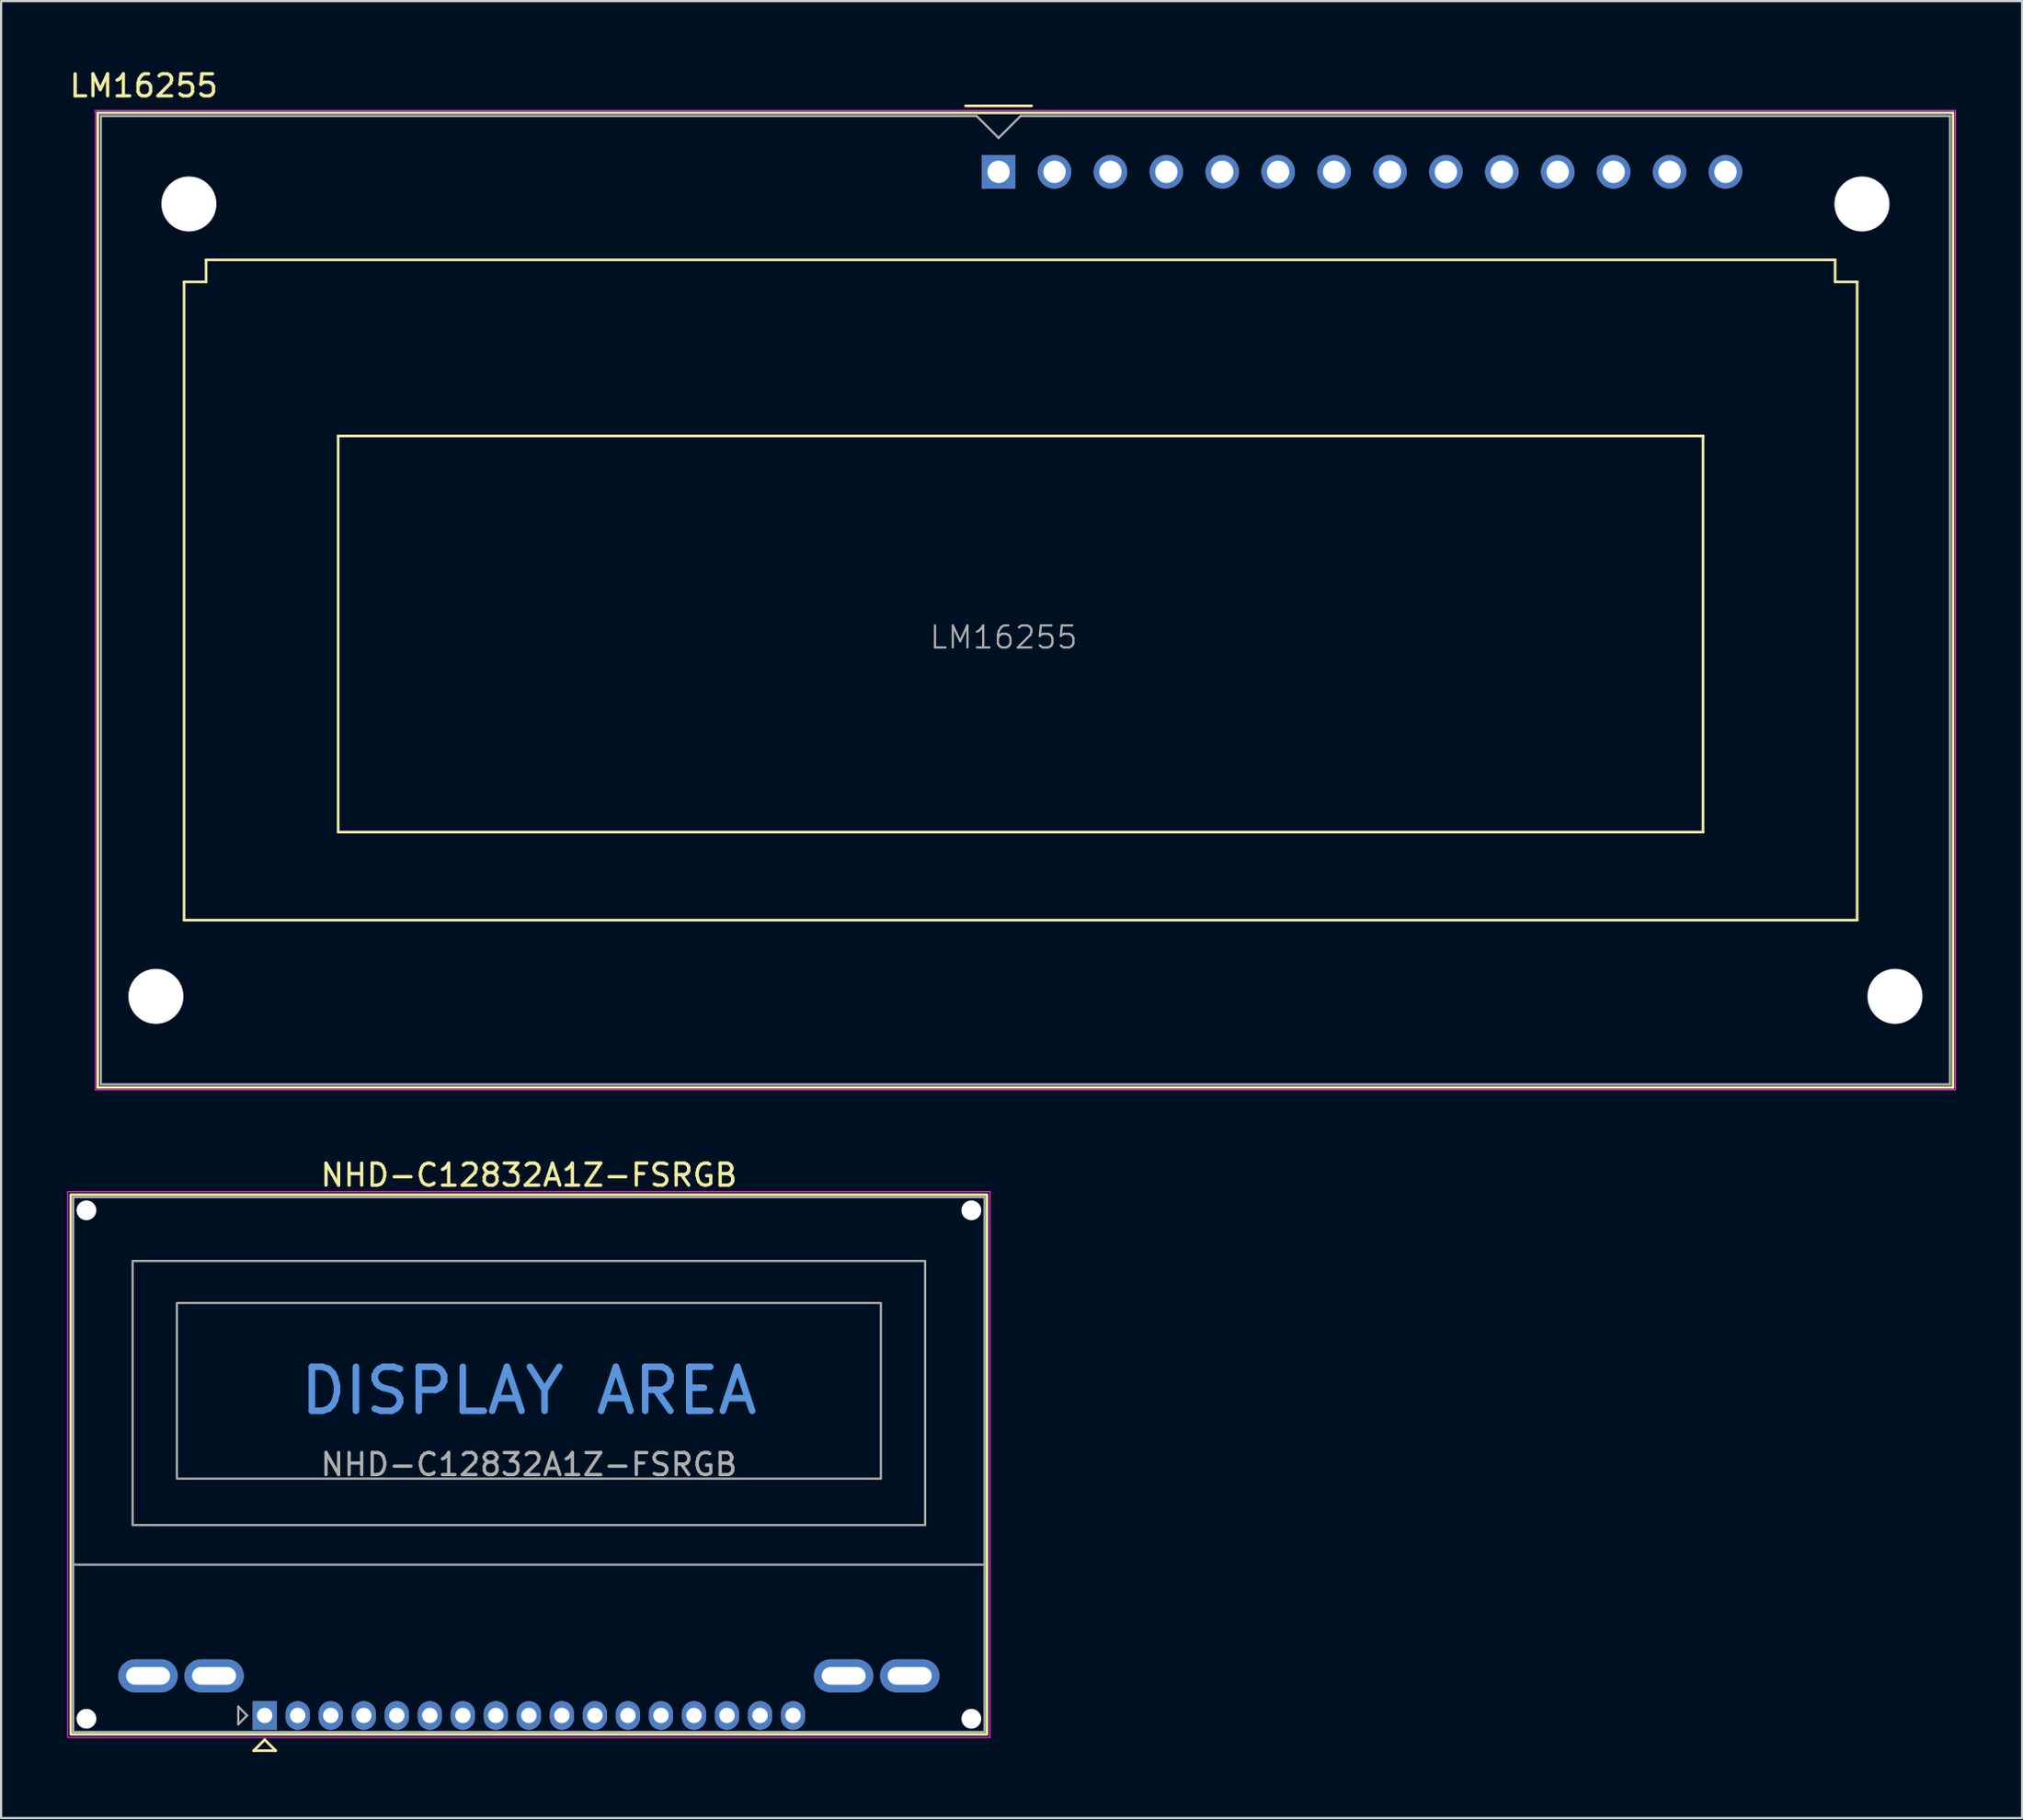
<source format=kicad_pcb>
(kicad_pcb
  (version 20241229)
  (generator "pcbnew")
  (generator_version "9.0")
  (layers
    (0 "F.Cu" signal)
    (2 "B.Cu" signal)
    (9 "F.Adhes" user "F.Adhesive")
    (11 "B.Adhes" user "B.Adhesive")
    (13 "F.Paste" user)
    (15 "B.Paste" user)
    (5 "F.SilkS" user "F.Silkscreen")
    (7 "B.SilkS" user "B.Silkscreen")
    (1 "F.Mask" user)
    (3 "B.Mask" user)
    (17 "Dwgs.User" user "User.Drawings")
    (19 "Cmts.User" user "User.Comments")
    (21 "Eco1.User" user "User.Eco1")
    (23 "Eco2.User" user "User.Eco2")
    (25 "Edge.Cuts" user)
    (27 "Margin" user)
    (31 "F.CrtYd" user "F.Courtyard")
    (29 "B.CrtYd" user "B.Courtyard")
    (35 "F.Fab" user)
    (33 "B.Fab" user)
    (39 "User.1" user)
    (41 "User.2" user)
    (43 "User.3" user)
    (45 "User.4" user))
  (footprint "LM16255"
    (layer "F.Cu")
    (at 42.312 4.758)
    (property "Reference" "LM16255" (at -38.83 -3.91 0) (layer "F.SilkS") (effects (font (size 1 1) (thickness 0.15))))
    (attr through_hole)
    (fp_line (start -40.92 -2.68) (end 43.36 -2.68) (stroke (width 0.12) (type solid)) (layer "F.SilkS"))
    (fp_line (start -40.92 41.6) (end -40.92 -2.68) (stroke (width 0.12) (type solid)) (layer "F.SilkS"))
    (fp_line (start -37 5) (end -36 5) (stroke (width 0.12) (type solid)) (layer "F.SilkS"))
    (fp_line (start -37 34) (end -37 5) (stroke (width 0.12) (type solid)) (layer "F.SilkS"))
    (fp_line (start -36 4) (end 38 4) (stroke (width 0.12) (type solid)) (layer "F.SilkS"))
    (fp_line (start -36 5) (end -36 4) (stroke (width 0.12) (type solid)) (layer "F.SilkS"))
    (fp_line (start -30 12) (end 32 12) (stroke (width 0.12) (type solid)) (layer "F.SilkS"))
    (fp_line (start -30 30) (end -30 12) (stroke (width 0.12) (type solid)) (layer "F.SilkS"))
    (fp_line (start -1.5 -3) (end 1.5 -3) (stroke (width 0.12) (type solid)) (layer "F.SilkS"))
    (fp_line (start 32 12) (end 32 30) (stroke (width 0.12) (type solid)) (layer "F.SilkS"))
    (fp_line (start 32 30) (end -30 30) (stroke (width 0.12) (type solid)) (layer "F.SilkS"))
    (fp_line (start 38 4) (end 38 5) (stroke (width 0.12) (type solid)) (layer "F.SilkS"))
    (fp_line (start 38 5) (end 39 5) (stroke (width 0.12) (type solid)) (layer "F.SilkS"))
    (fp_line (start 39 5) (end 39 34) (stroke (width 0.12) (type solid)) (layer "F.SilkS"))
    (fp_line (start 39 34) (end -37 34) (stroke (width 0.12) (type solid)) (layer "F.SilkS"))
    (fp_line (start 43.36 -2.68) (end 43.36 41.6) (stroke (width 0.12) (type solid)) (layer "F.SilkS"))
    (fp_line (start 43.36 41.6) (end -40.92 41.6) (stroke (width 0.12) (type solid)) (layer "F.SilkS"))
    (fp_line (start -41.03 -2.79) (end 43.47 -2.79) (stroke (width 0.05) (type solid)) (layer "F.CrtYd"))
    (fp_line (start -41.03 41.71) (end -41.03 -2.79) (stroke (width 0.05) (type solid)) (layer "F.CrtYd"))
    (fp_line (start 43.47 -2.79) (end 43.47 41.71) (stroke (width 0.05) (type solid)) (layer "F.CrtYd"))
    (fp_line (start 43.47 41.71) (end -41.03 41.71) (stroke (width 0.05) (type solid)) (layer "F.CrtYd"))
    (fp_line (start -40.78 -2.54) (end -40.78 41.46) (stroke (width 0.1) (type solid)) (layer "F.Fab"))
    (fp_line (start -40.78 41.46) (end 43.22 41.46) (stroke (width 0.1) (type solid)) (layer "F.Fab"))
    (fp_line (start -1 -2.54) (end -40.78 -2.54) (stroke (width 0.1) (type solid)) (layer "F.Fab"))
    (fp_line (start 0 -1.54) (end -1 -2.54) (stroke (width 0.1) (type solid)) (layer "F.Fab"))
    (fp_line (start 1 -2.54) (end 0 -1.54) (stroke (width 0.1) (type solid)) (layer "F.Fab"))
    (fp_line (start 1 -2.54) (end 43.22 -2.54) (stroke (width 0.1) (type solid)) (layer "F.Fab"))
    (fp_line (start 43.22 -2.54) (end 43.22 41.46) (stroke (width 0.1) (type solid)) (layer "F.Fab"))
    (fp_text user "${REFERENCE}" (at 0.23 21.15 0) (layer "F.Fab") (effects (font (size 1 1) (thickness 0.1))))
    (pad "" np_thru_hole circle (at -38.28 37.46 180) (size 2.5 2.5) (drill 2.5) (layers "*.Cu" "*.Mask"))
    (pad "" np_thru_hole circle (at -36.78 1.46 180) (size 2.5 2.5) (drill 2.5) (layers "*.Cu" "*.Mask"))
    (pad "" np_thru_hole circle (at 39.22 1.46 180) (size 2.5 2.5) (drill 2.5) (layers "*.Cu" "*.Mask"))
    (pad "" np_thru_hole circle (at 40.72 37.46 180) (size 2.5 2.5) (drill 2.5) (layers "*.Cu" "*.Mask"))
    (pad "1" thru_hole rect (at 0 0 180) (size 1.524 1.524) (drill 1.016) (layers "*.Cu" "*.Mask"))
    (pad "2" thru_hole circle (at 2.54 0 180) (size 1.524 1.524) (drill 1.016) (layers "*.Cu" "*.Mask"))
    (pad "3" thru_hole circle (at 5.08 0 180) (size 1.524 1.524) (drill 1.016) (layers "*.Cu" "*.Mask"))
    (pad "4" thru_hole circle (at 7.62 0 180) (size 1.524 1.524) (drill 1.016) (layers "*.Cu" "*.Mask"))
    (pad "5" thru_hole circle (at 10.16 0 180) (size 1.524 1.524) (drill 1.016) (layers "*.Cu" "*.Mask"))
    (pad "6" thru_hole circle (at 12.7 0 180) (size 1.524 1.524) (drill 1.016) (layers "*.Cu" "*.Mask"))
    (pad "7" thru_hole circle (at 15.24 0 180) (size 1.524 1.524) (drill 1.016) (layers "*.Cu" "*.Mask"))
    (pad "8" thru_hole circle (at 17.78 0 180) (size 1.524 1.524) (drill 1.016) (layers "*.Cu" "*.Mask"))
    (pad "9" thru_hole circle (at 20.32 0 180) (size 1.524 1.524) (drill 1.016) (layers "*.Cu" "*.Mask"))
    (pad "10" thru_hole circle (at 22.86 0 180) (size 1.524 1.524) (drill 1.016) (layers "*.Cu" "*.Mask"))
    (pad "11" thru_hole circle (at 25.4 0 180) (size 1.524 1.524) (drill 1.016) (layers "*.Cu" "*.Mask"))
    (pad "12" thru_hole circle (at 27.94 0 180) (size 1.524 1.524) (drill 1.016) (layers "*.Cu" "*.Mask"))
    (pad "13" thru_hole circle (at 30.48 0 180) (size 1.524 1.524) (drill 1.016) (layers "*.Cu" "*.Mask"))
    (pad "14" thru_hole circle (at 33.02 0 180) (size 1.524 1.524) (drill 1.016) (layers "*.Cu" "*.Mask")))
  (footprint "NHD-C12832A1Z-FSRGB"
    (layer "F.Cu")
    (at 8.975 74.891)
    (property "Reference" "NHD-C12832A1Z-FSRGB" (at 12 -24.55 0) (unlocked yes) (layer "F.SilkS") (effects (font (size 1 1) (thickness 0.15))))
    (attr through_hole)
    (fp_line (start -0.5 1.6) (end 0 1.1) (stroke (width 0.12) (type solid)) (layer "F.SilkS"))
    (fp_line (start 0 1.1) (end 0.5 1.6) (stroke (width 0.12) (type solid)) (layer "F.SilkS"))
    (fp_line (start 0.5 1.6) (end -0.5 1.6) (stroke (width 0.12) (type solid)) (layer "F.SilkS"))
    (fp_rect (start -8.81 -23.66) (end 32.81 0.86) (stroke (width 0.12) (type solid)) (fill no) (layer "F.SilkS"))
    (fp_rect (start -8.95 -23.8) (end 32.95 1) (stroke (width 0.05) (type solid)) (fill no) (layer "F.CrtYd"))
    (fp_line (start -8.7 -6.85) (end 32.7 -6.85) (stroke (width 0.1) (type solid)) (layer "F.Fab"))
    (fp_line (start -1.2 -0.4) (end -1.2 0.4) (stroke (width 0.1) (type solid)) (layer "F.Fab"))
    (fp_line (start -1.2 0.4) (end -0.8 0) (stroke (width 0.1) (type solid)) (layer "F.Fab"))
    (fp_line (start -0.8 0) (end -1.2 -0.4) (stroke (width 0.1) (type solid)) (layer "F.Fab"))
    (fp_rect (start -8.7 -23.55) (end 32.7 0.75) (stroke (width 0.1) (type solid)) (fill no) (layer "F.Fab"))
    (fp_rect (start -6 -20.65) (end 30 -8.65) (stroke (width 0.1) (type solid)) (fill no) (layer "F.Fab"))
    (fp_rect (start -3.99 -18.74) (end 27.99 -10.76) (stroke (width 0.1) (type solid)) (fill no) (layer "F.Fab"))
    (fp_text user "DISPLAY AREA" (at 12 -14.75 0) (unlocked yes) (layer "Cmts.User") (effects (font (size 2 2) (thickness 0.3))))
    (fp_text user "${REFERENCE}" (at 12 -11.4 0) (unlocked yes) (layer "F.Fab") (effects (font (size 1 1) (thickness 0.15))))
    (pad "" np_thru_hole circle (at -8.1 -22.95) (size 0.9 0.9) (drill 0.9) (layers "*.Cu" "*.Mask"))
    (pad "" np_thru_hole circle (at -8.1 0.15) (size 0.9 0.9) (drill 0.9) (layers "*.Cu" "*.Mask"))
    (pad "" np_thru_hole circle (at 32.1 -22.95) (size 0.9 0.9) (drill 0.9) (layers "*.Cu" "*.Mask"))
    (pad "" np_thru_hole circle (at 32.1 0.15) (size 0.9 0.9) (drill 0.9) (layers "*.Cu" "*.Mask"))
    (pad "1" thru_hole rect (at 0 0) (size 1.1 1.3) (drill 0.7) (layers "*.Cu" "*.Mask"))
    (pad "2" thru_hole oval (at 1.5 0) (size 1.1 1.3) (drill 0.7) (layers "*.Cu" "*.Mask"))
    (pad "3" thru_hole oval (at 3 0) (size 1.1 1.3) (drill 0.7) (layers "*.Cu" "*.Mask"))
    (pad "4" thru_hole oval (at 4.5 0) (size 1.1 1.3) (drill 0.7) (layers "*.Cu" "*.Mask"))
    (pad "5" thru_hole oval (at 6 0) (size 1.1 1.3) (drill 0.7) (layers "*.Cu" "*.Mask"))
    (pad "6" thru_hole oval (at 7.5 0) (size 1.1 1.3) (drill 0.7) (layers "*.Cu" "*.Mask"))
    (pad "7" thru_hole oval (at 9 0) (size 1.1 1.3) (drill 0.7) (layers "*.Cu" "*.Mask"))
    (pad "8" thru_hole oval (at 10.5 0) (size 1.1 1.3) (drill 0.7) (layers "*.Cu" "*.Mask"))
    (pad "9" thru_hole oval (at 12 0) (size 1.1 1.3) (drill 0.7) (layers "*.Cu" "*.Mask"))
    (pad "10" thru_hole oval (at 13.5 0) (size 1.1 1.3) (drill 0.7) (layers "*.Cu" "*.Mask"))
    (pad "11" thru_hole oval (at 15 0) (size 1.1 1.3) (drill 0.7) (layers "*.Cu" "*.Mask"))
    (pad "12" thru_hole oval (at 16.5 0) (size 1.1 1.3) (drill 0.7) (layers "*.Cu" "*.Mask"))
    (pad "13" thru_hole oval (at 18 0) (size 1.1 1.3) (drill 0.7) (layers "*.Cu" "*.Mask"))
    (pad "14" thru_hole oval (at 19.5 0) (size 1.1 1.3) (drill 0.7) (layers "*.Cu" "*.Mask"))
    (pad "15" thru_hole oval (at 21 0) (size 1.1 1.3) (drill 0.7) (layers "*.Cu" "*.Mask"))
    (pad "16" thru_hole oval (at 22.5 0) (size 1.1 1.3) (drill 0.7) (layers "*.Cu" "*.Mask"))
    (pad "17" thru_hole oval (at 24 0) (size 1.1 1.3) (drill 0.7) (layers "*.Cu" "*.Mask"))
    (pad "18" thru_hole oval (at -5.3 -1.8) (size 2.7 1.5) (drill oval 2 0.8) (layers "*.Cu" "*.Mask"))
    (pad "19" thru_hole oval (at -2.3 -1.8) (size 2.7 1.5) (drill oval 2 0.8) (layers "*.Cu" "*.Mask"))
    (pad "20" thru_hole oval (at 26.3 -1.8) (size 2.7 1.5) (drill oval 2 0.8) (layers "*.Cu" "*.Mask"))
    (pad "21" thru_hole oval (at 29.3 -1.8) (size 2.7 1.5) (drill oval 2 0.8) (layers "*.Cu" "*.Mask")))
  (gr_rect
    (start -3 -3)
    (end 88.807 79.552)
    (stroke (width 0.1) (type default))
    (fill no)
    (layer "Edge.Cuts")))
</source>
